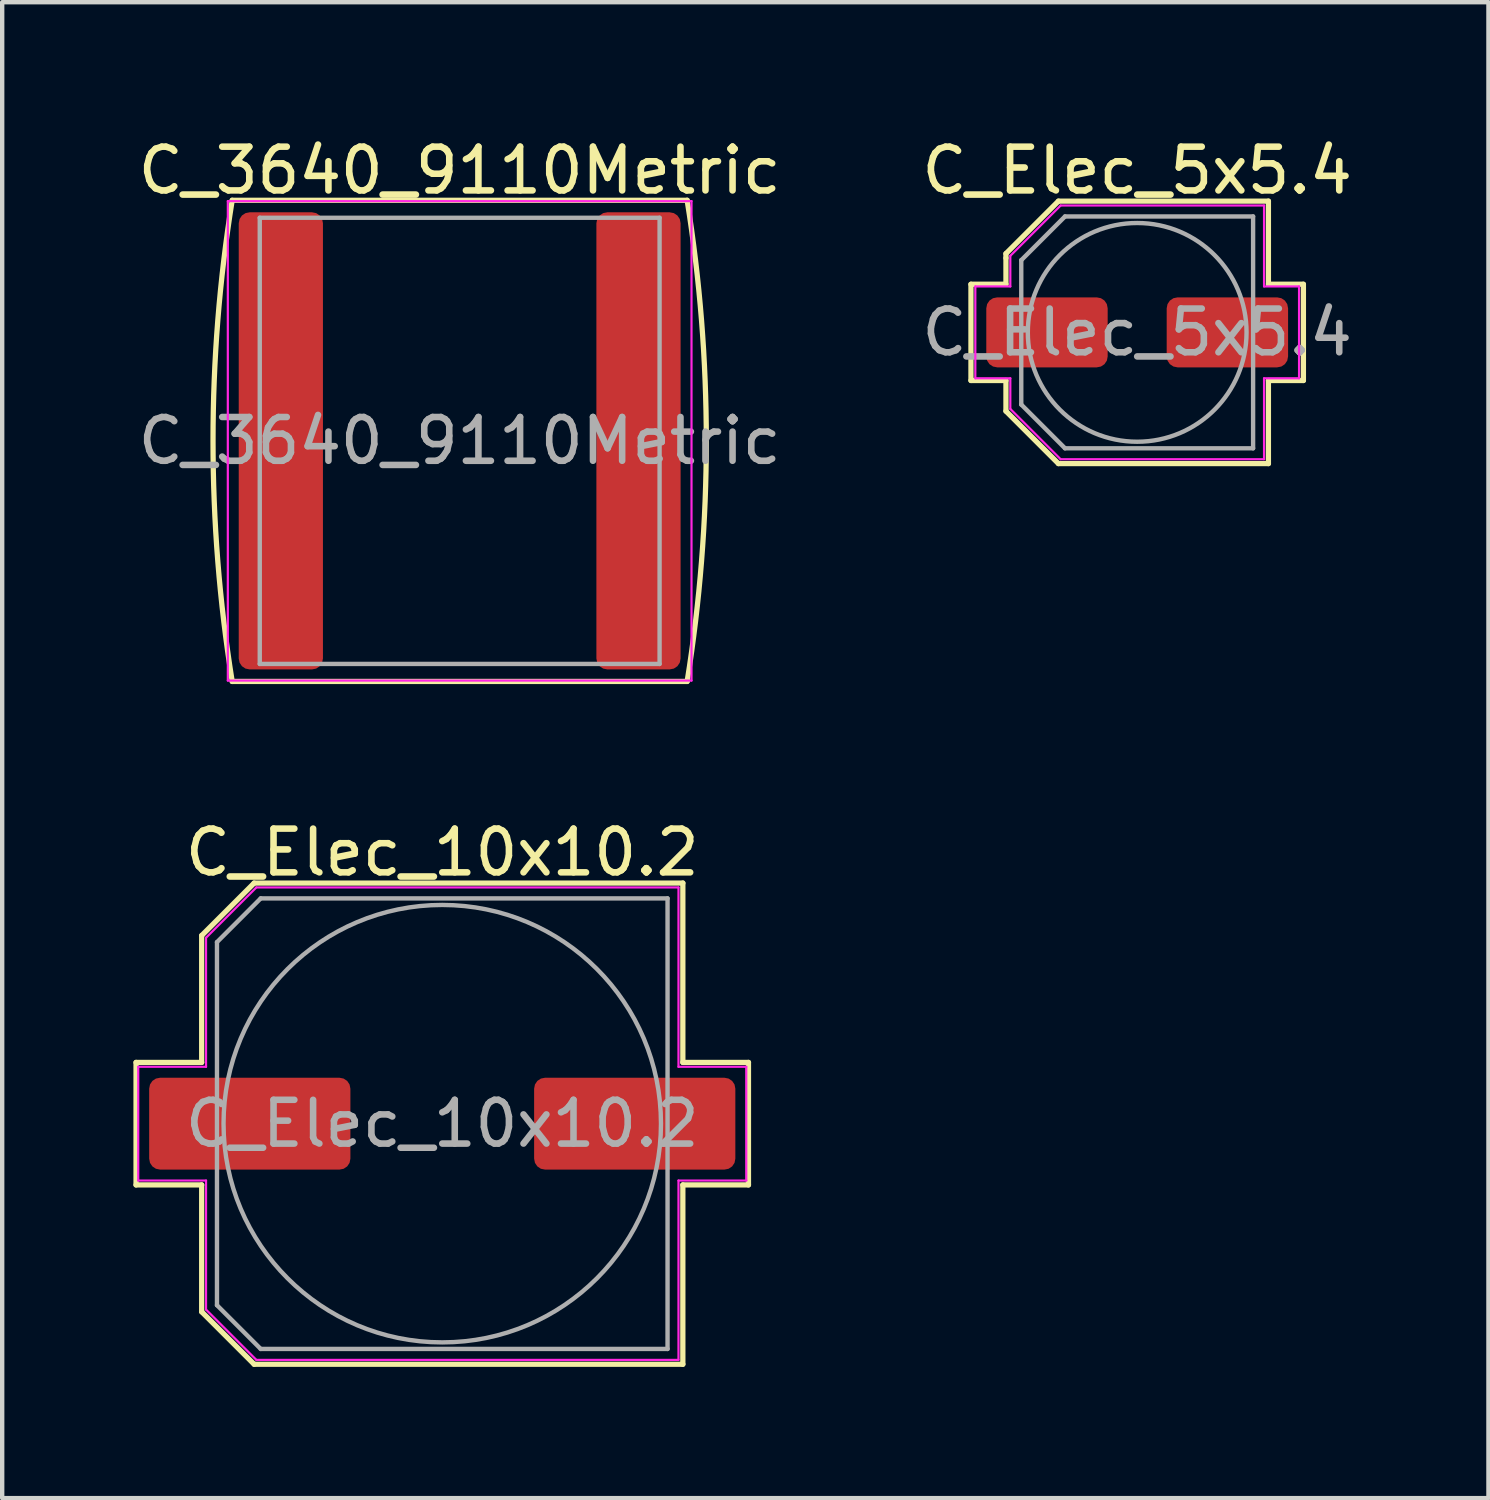
<source format=kicad_pcb>
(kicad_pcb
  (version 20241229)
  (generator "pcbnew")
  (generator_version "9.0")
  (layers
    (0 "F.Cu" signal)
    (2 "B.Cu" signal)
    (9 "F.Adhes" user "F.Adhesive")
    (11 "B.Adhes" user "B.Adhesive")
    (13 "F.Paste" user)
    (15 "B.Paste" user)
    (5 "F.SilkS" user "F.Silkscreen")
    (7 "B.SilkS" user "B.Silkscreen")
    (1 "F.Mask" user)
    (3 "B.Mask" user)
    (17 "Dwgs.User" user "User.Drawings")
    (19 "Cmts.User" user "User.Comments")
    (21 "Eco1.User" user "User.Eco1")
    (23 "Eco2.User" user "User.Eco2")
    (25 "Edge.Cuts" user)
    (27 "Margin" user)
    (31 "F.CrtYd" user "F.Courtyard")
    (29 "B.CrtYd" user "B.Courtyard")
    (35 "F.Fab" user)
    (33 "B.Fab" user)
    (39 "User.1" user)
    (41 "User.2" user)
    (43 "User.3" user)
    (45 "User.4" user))
  (footprint "C_Elec_5x5.4"
    (layer "F.Cu")
    (at 22.946 4.548)
    (property "Reference" "C_Elec_5x5.4" (at 0 -3.7 0) (layer "F.SilkS") (effects (font (size 1 1) (thickness 0.15))))
    (attr smd)
    (fp_line (start -3.8 -1.1) (end -3 -1.1) (stroke (width 0.12) (type solid)) (layer "F.SilkS"))
    (fp_line (start -3.8 1.1) (end -3.8 -1.1) (stroke (width 0.12) (type solid)) (layer "F.SilkS"))
    (fp_line (start -3 -1.8) (end -1.8 -3) (stroke (width 0.12) (type solid)) (layer "F.SilkS"))
    (fp_line (start -3 -1.7) (end -3 -1.8) (stroke (width 0.12) (type solid)) (layer "F.SilkS"))
    (fp_line (start -3 -1.1) (end -3 -1.7) (stroke (width 0.12) (type solid)) (layer "F.SilkS"))
    (fp_line (start -3 1.1) (end -3.8 1.1) (stroke (width 0.12) (type solid)) (layer "F.SilkS"))
    (fp_line (start -3 1.8) (end -3 1.1) (stroke (width 0.12) (type solid)) (layer "F.SilkS"))
    (fp_line (start -1.8 -3) (end 3 -3) (stroke (width 0.12) (type solid)) (layer "F.SilkS"))
    (fp_line (start -1.8 3) (end -3 1.8) (stroke (width 0.12) (type solid)) (layer "F.SilkS"))
    (fp_line (start 3 -3) (end 3 -1.1) (stroke (width 0.12) (type solid)) (layer "F.SilkS"))
    (fp_line (start 3 -1.1) (end 3.8 -1.1) (stroke (width 0.12) (type solid)) (layer "F.SilkS"))
    (fp_line (start 3 1.1) (end 3 3) (stroke (width 0.12) (type solid)) (layer "F.SilkS"))
    (fp_line (start 3 3) (end -1.8 3) (stroke (width 0.12) (type solid)) (layer "F.SilkS"))
    (fp_line (start 3.8 -1.1) (end 3.8 1.1) (stroke (width 0.12) (type solid)) (layer "F.SilkS"))
    (fp_line (start 3.8 1.1) (end 3 1.1) (stroke (width 0.12) (type solid)) (layer "F.SilkS"))
    (fp_line (start -3.7 -1.05) (end -3.7 1.05) (stroke (width 0.05) (type solid)) (layer "F.CrtYd"))
    (fp_line (start -3.7 1.05) (end -2.9 1.05) (stroke (width 0.05) (type solid)) (layer "F.CrtYd"))
    (fp_line (start -2.9 -1.75) (end -2.9 -1.05) (stroke (width 0.05) (type solid)) (layer "F.CrtYd"))
    (fp_line (start -2.9 -1.75) (end -1.75 -2.9) (stroke (width 0.05) (type solid)) (layer "F.CrtYd"))
    (fp_line (start -2.9 -1.05) (end -3.7 -1.05) (stroke (width 0.05) (type solid)) (layer "F.CrtYd"))
    (fp_line (start -2.9 1.05) (end -2.9 1.75) (stroke (width 0.05) (type solid)) (layer "F.CrtYd"))
    (fp_line (start -2.9 1.75) (end -1.75 2.9) (stroke (width 0.05) (type solid)) (layer "F.CrtYd"))
    (fp_line (start -1.75 -2.9) (end 2.9 -2.9) (stroke (width 0.05) (type solid)) (layer "F.CrtYd"))
    (fp_line (start -1.75 2.9) (end 2.9 2.9) (stroke (width 0.05) (type solid)) (layer "F.CrtYd"))
    (fp_line (start 2.9 -2.9) (end 2.9 -1.05) (stroke (width 0.05) (type solid)) (layer "F.CrtYd"))
    (fp_line (start 2.9 -1.05) (end 3.7 -1.05) (stroke (width 0.05) (type solid)) (layer "F.CrtYd"))
    (fp_line (start 2.9 1.05) (end 2.9 2.9) (stroke (width 0.05) (type solid)) (layer "F.CrtYd"))
    (fp_line (start 3.7 -1.05) (end 3.7 1.05) (stroke (width 0.05) (type solid)) (layer "F.CrtYd"))
    (fp_line (start 3.7 1.05) (end 2.9 1.05) (stroke (width 0.05) (type solid)) (layer "F.CrtYd"))
    (fp_line (start -2.65 -1.65) (end -2.65 1.65) (stroke (width 0.1) (type solid)) (layer "F.Fab"))
    (fp_line (start -2.65 -1.65) (end -1.65 -2.65) (stroke (width 0.1) (type solid)) (layer "F.Fab"))
    (fp_line (start -2.65 1.65) (end -1.65 2.65) (stroke (width 0.1) (type solid)) (layer "F.Fab"))
    (fp_line (start -1.65 -2.65) (end 2.65 -2.65) (stroke (width 0.1) (type solid)) (layer "F.Fab"))
    (fp_line (start -1.65 2.65) (end 2.65 2.65) (stroke (width 0.1) (type solid)) (layer "F.Fab"))
    (fp_line (start 2.65 -2.65) (end 2.65 2.65) (stroke (width 0.1) (type solid)) (layer "F.Fab"))
    (fp_circle (center 0 0) (end 2.5 0) (stroke (width 0.1) (type solid)) (fill no) (layer "F.Fab"))
    (fp_text user "${REFERENCE}" (at 0 0 0) (layer "F.Fab") (effects (font (size 1 1) (thickness 0.15))))
    (pad "1" smd roundrect (at -2.062 0) (size 2.775 1.6) (layers "F.Cu" "F.Mask" "F.Paste") (roundrect_rratio 0.156))
    (pad "2" smd roundrect (at 2.062 0) (size 2.775 1.6) (layers "F.Cu" "F.Mask" "F.Paste") (roundrect_rratio 0.156)))
  (footprint "C_Elec_10x10.2"
    (layer "F.Cu")
    (at 7.06 22.637)
    (property "Reference" "C_Elec_10x10.2" (at 0 -6.2 0) (layer "F.SilkS") (effects (font (size 1 1) (thickness 0.15))))
    (attr smd)
    (fp_line (start -7 -1.4) (end -7 1.4) (stroke (width 0.12) (type solid)) (layer "F.SilkS"))
    (fp_line (start -7 1.4) (end -5.5 1.4) (stroke (width 0.12) (type solid)) (layer "F.SilkS"))
    (fp_line (start -5.5 -4.3) (end -5.5 -1.4) (stroke (width 0.12) (type solid)) (layer "F.SilkS"))
    (fp_line (start -5.5 -1.4) (end -7 -1.4) (stroke (width 0.12) (type solid)) (layer "F.SilkS"))
    (fp_line (start -5.5 1.4) (end -5.5 4.3) (stroke (width 0.12) (type solid)) (layer "F.SilkS"))
    (fp_line (start -5.5 4.3) (end -4.3 5.5) (stroke (width 0.12) (type solid)) (layer "F.SilkS"))
    (fp_line (start -4.3 -5.5) (end -5.5 -4.3) (stroke (width 0.12) (type solid)) (layer "F.SilkS"))
    (fp_line (start -4.3 5.5) (end 5.5 5.5) (stroke (width 0.12) (type solid)) (layer "F.SilkS"))
    (fp_line (start 5.5 -5.5) (end -4.3 -5.5) (stroke (width 0.12) (type solid)) (layer "F.SilkS"))
    (fp_line (start 5.5 -1.4) (end 5.5 -5.5) (stroke (width 0.12) (type solid)) (layer "F.SilkS"))
    (fp_line (start 5.5 1.4) (end 7 1.4) (stroke (width 0.12) (type solid)) (layer "F.SilkS"))
    (fp_line (start 5.5 5.5) (end 5.5 1.4) (stroke (width 0.12) (type solid)) (layer "F.SilkS"))
    (fp_line (start 7 -1.4) (end 5.5 -1.4) (stroke (width 0.12) (type solid)) (layer "F.SilkS"))
    (fp_line (start 7 1.4) (end 7 -1.4) (stroke (width 0.12) (type solid)) (layer "F.SilkS"))
    (fp_line (start -6.95 -1.3) (end -6.95 1.3) (stroke (width 0.05) (type solid)) (layer "F.CrtYd"))
    (fp_line (start -6.95 1.3) (end -5.4 1.3) (stroke (width 0.05) (type solid)) (layer "F.CrtYd"))
    (fp_line (start -5.4 -4.25) (end -5.4 -1.3) (stroke (width 0.05) (type solid)) (layer "F.CrtYd"))
    (fp_line (start -5.4 -4.25) (end -4.25 -5.4) (stroke (width 0.05) (type solid)) (layer "F.CrtYd"))
    (fp_line (start -5.4 -1.3) (end -6.95 -1.3) (stroke (width 0.05) (type solid)) (layer "F.CrtYd"))
    (fp_line (start -5.4 1.3) (end -5.4 4.25) (stroke (width 0.05) (type solid)) (layer "F.CrtYd"))
    (fp_line (start -5.4 4.25) (end -4.25 5.4) (stroke (width 0.05) (type solid)) (layer "F.CrtYd"))
    (fp_line (start -4.25 -5.4) (end 5.4 -5.4) (stroke (width 0.05) (type solid)) (layer "F.CrtYd"))
    (fp_line (start -4.25 5.4) (end 5.4 5.4) (stroke (width 0.05) (type solid)) (layer "F.CrtYd"))
    (fp_line (start 5.4 -5.4) (end 5.4 -1.3) (stroke (width 0.05) (type solid)) (layer "F.CrtYd"))
    (fp_line (start 5.4 -1.3) (end 6.95 -1.3) (stroke (width 0.05) (type solid)) (layer "F.CrtYd"))
    (fp_line (start 5.4 1.3) (end 5.4 5.4) (stroke (width 0.05) (type solid)) (layer "F.CrtYd"))
    (fp_line (start 6.95 -1.3) (end 6.95 1.3) (stroke (width 0.05) (type solid)) (layer "F.CrtYd"))
    (fp_line (start 6.95 1.3) (end 5.4 1.3) (stroke (width 0.05) (type solid)) (layer "F.CrtYd"))
    (fp_line (start -5.15 -4.15) (end -5.15 4.15) (stroke (width 0.1) (type solid)) (layer "F.Fab"))
    (fp_line (start -5.15 -4.15) (end -4.15 -5.15) (stroke (width 0.1) (type solid)) (layer "F.Fab"))
    (fp_line (start -5.15 4.15) (end -4.15 5.15) (stroke (width 0.1) (type solid)) (layer "F.Fab"))
    (fp_line (start -4.15 -5.15) (end 5.15 -5.15) (stroke (width 0.1) (type solid)) (layer "F.Fab"))
    (fp_line (start -4.15 5.15) (end 5.15 5.15) (stroke (width 0.1) (type solid)) (layer "F.Fab"))
    (fp_line (start 5.15 -5.15) (end 5.15 5.15) (stroke (width 0.1) (type solid)) (layer "F.Fab"))
    (fp_circle (center 0 0) (end 5 0) (stroke (width 0.1) (type solid)) (fill no) (layer "F.Fab"))
    (fp_text user "${REFERENCE}" (at 0 0 0) (layer "F.Fab") (effects (font (size 1 1) (thickness 0.15))))
    (pad "1" smd roundrect (at -4.4 0) (size 4.6 2.1) (layers "F.Cu" "F.Mask" "F.Paste") (roundrect_rratio 0.119))
    (pad "2" smd roundrect (at 4.4 0) (size 4.6 2.1) (layers "F.Cu" "F.Mask" "F.Paste") (roundrect_rratio 0.119)))
  (footprint "C_3640_9110Metric"
    (layer "F.Cu")
    (at 7.458 7.028)
    (property "Reference" "C_3640_9110Metric" (at 0 -6.18 0) (layer "F.SilkS") (effects (font (size 1 1) (thickness 0.15))))
    (attr smd)
    (fp_line (start -5.2 5.5) (end 5.2 5.5) (stroke (width 0.12) (type solid)) (layer "F.SilkS"))
    (fp_line (start 5.2 -5.5) (end -5.2 -5.5) (stroke (width 0.12) (type solid)) (layer "F.SilkS"))
    (fp_arc (start -5.2 5.5) (mid -5.638376 0) (end -5.2 -5.5) (stroke (width 0.12) (type solid)) (layer "F.SilkS"))
    (fp_arc (start 5.2 -5.5) (mid 5.638376 0) (end 5.2 5.5) (stroke (width 0.12) (type solid)) (layer "F.SilkS"))
    (fp_line (start -5.3 -5.48) (end 5.3 -5.48) (stroke (width 0.05) (type solid)) (layer "F.CrtYd"))
    (fp_line (start -5.3 5.48) (end -5.3 -5.48) (stroke (width 0.05) (type solid)) (layer "F.CrtYd"))
    (fp_line (start 5.3 -5.48) (end 5.3 5.48) (stroke (width 0.05) (type solid)) (layer "F.CrtYd"))
    (fp_line (start 5.3 5.48) (end -5.3 5.48) (stroke (width 0.05) (type solid)) (layer "F.CrtYd"))
    (fp_line (start -4.57 -5.1) (end 4.57 -5.1) (stroke (width 0.1) (type solid)) (layer "F.Fab"))
    (fp_line (start -4.57 5.1) (end -4.57 -5.1) (stroke (width 0.1) (type solid)) (layer "F.Fab"))
    (fp_line (start 4.57 -5.1) (end 4.57 5.1) (stroke (width 0.1) (type solid)) (layer "F.Fab"))
    (fp_line (start 4.57 5.1) (end -4.57 5.1) (stroke (width 0.1) (type solid)) (layer "F.Fab"))
    (fp_text user "${REFERENCE}" (at 0 0 0) (layer "F.Fab") (effects (font (size 1 1) (thickness 0.15))))
    (pad "1" smd roundrect (at -4.088 0) (size 1.925 10.45) (layers "F.Cu" "F.Mask" "F.Paste") (roundrect_rratio 0.13))
    (pad "2" smd roundrect (at 4.088 0) (size 1.925 10.45) (layers "F.Cu" "F.Mask" "F.Paste") (roundrect_rratio 0.13)))
  (gr_rect
    (start -3 -3)
    (end 30.976 31.197)
    (stroke (width 0.1) (type default))
    (fill no)
    (layer "Edge.Cuts")))
</source>
